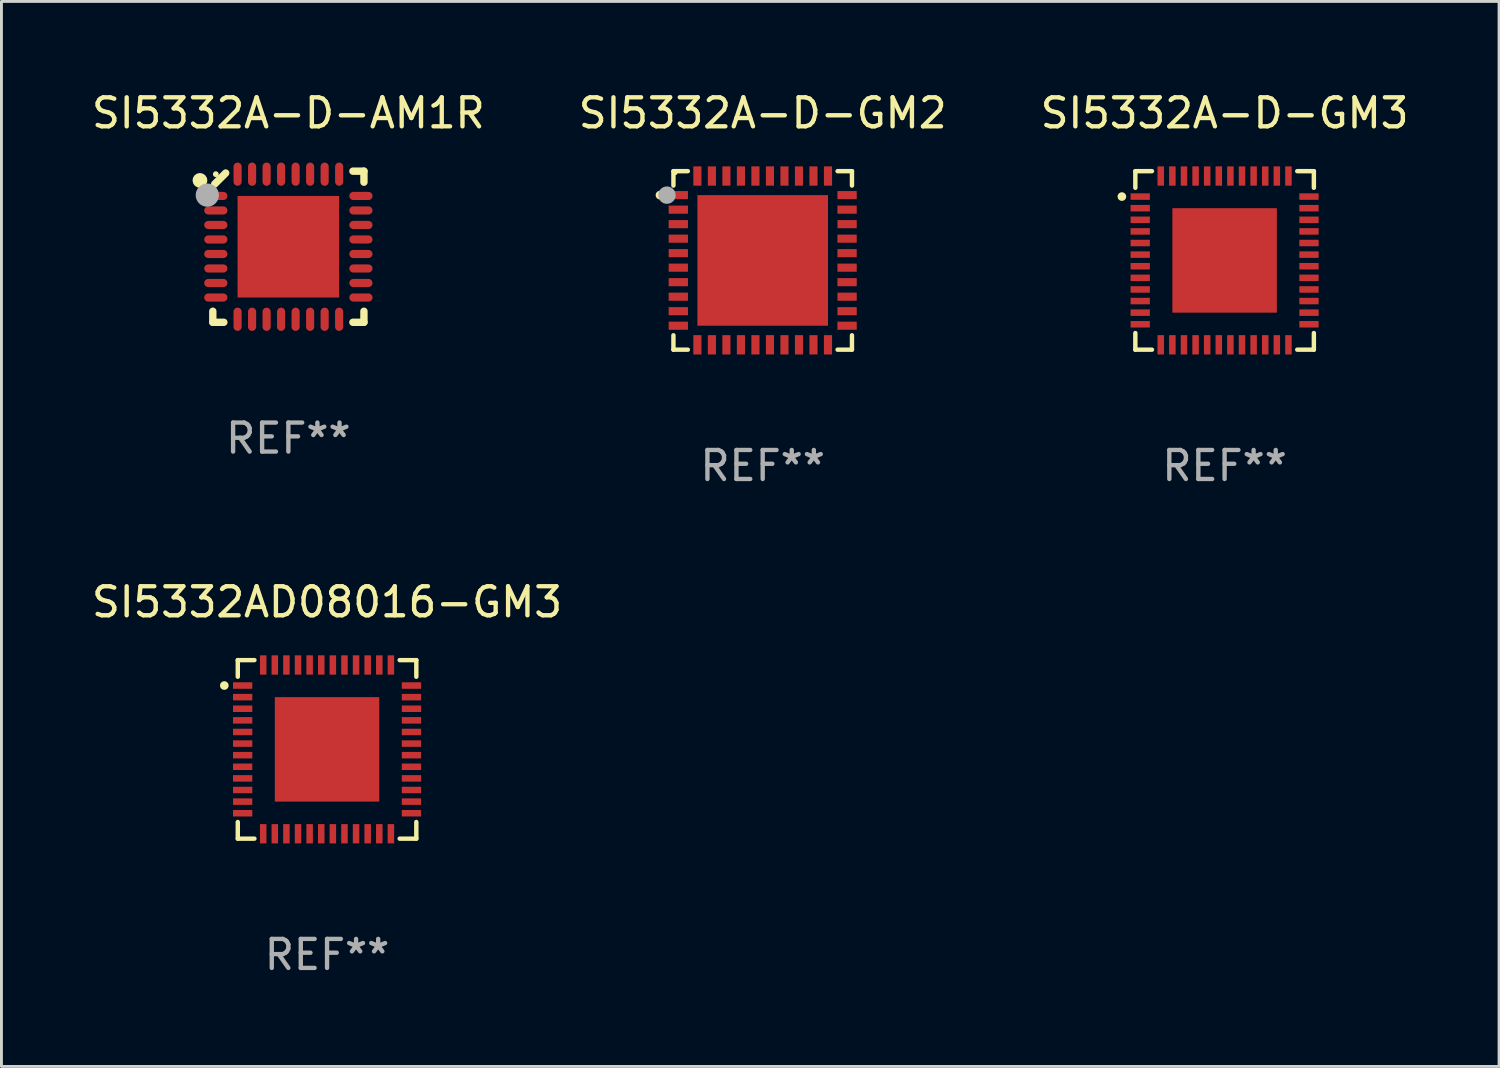
<source format=kicad_pcb>
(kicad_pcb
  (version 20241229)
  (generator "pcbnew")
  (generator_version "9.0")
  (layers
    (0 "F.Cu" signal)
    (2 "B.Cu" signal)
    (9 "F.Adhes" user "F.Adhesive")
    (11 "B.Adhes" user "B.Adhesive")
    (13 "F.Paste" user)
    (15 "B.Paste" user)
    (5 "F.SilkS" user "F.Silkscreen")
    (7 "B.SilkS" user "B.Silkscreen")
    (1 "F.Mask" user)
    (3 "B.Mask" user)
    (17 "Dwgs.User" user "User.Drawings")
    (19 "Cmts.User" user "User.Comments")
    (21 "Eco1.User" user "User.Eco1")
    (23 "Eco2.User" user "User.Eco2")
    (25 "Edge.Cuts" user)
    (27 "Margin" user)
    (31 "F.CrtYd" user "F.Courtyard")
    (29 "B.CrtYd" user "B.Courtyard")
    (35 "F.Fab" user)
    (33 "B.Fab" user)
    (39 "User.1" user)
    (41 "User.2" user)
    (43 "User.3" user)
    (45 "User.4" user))
  (footprint "SI5332A-D-GM3"
    (layer "F.Cu")
    (at 39.149 5.924)
    (property "Reference" "SI5332A-D-GM3" (at 0 -5.076 0) (layer "F.SilkS") (effects (font (size 1 1) (thickness 0.15))))
    (attr through_hole)
    (fp_line (start -3.076 -3.076) (end -3.076 -2.503) (stroke (width 0.152) (type solid)) (layer "F.SilkS"))
    (fp_line (start -3.076 3.076) (end -3.076 2.503) (stroke (width 0.152) (type solid)) (layer "F.SilkS"))
    (fp_line (start -2.503 -3.076) (end -3.076 -3.076) (stroke (width 0.152) (type solid)) (layer "F.SilkS"))
    (fp_line (start -2.503 3.076) (end -3.076 3.076) (stroke (width 0.152) (type solid)) (layer "F.SilkS"))
    (fp_line (start 2.503 -3.076) (end 3.076 -3.076) (stroke (width 0.152) (type solid)) (layer "F.SilkS"))
    (fp_line (start 2.503 3.076) (end 3.076 3.076) (stroke (width 0.152) (type solid)) (layer "F.SilkS"))
    (fp_line (start 3.076 -3.076) (end 3.076 -2.503) (stroke (width 0.152) (type solid)) (layer "F.SilkS"))
    (fp_line (start 3.076 3.076) (end 3.076 2.503) (stroke (width 0.152) (type solid)) (layer "F.SilkS"))
    (fp_circle (center -3.54 -2.2) (end -3.465 -2.2) (stroke (width 0.15) (type solid)) (fill no) (layer "F.SilkS"))
    (fp_text user "REF**" (at 0 7.076 0) (layer "F.Fab") (effects (font (size 1 1) (thickness 0.15))))
    (pad "1" smd rect (at -2.908 -2.2) (size 0.665 0.224) (layers "F.Cu" "F.Mask" "F.Paste"))
    (pad "2" smd rect (at -2.908 -1.8) (size 0.665 0.224) (layers "F.Cu" "F.Mask" "F.Paste"))
    (pad "3" smd rect (at -2.908 -1.4) (size 0.665 0.224) (layers "F.Cu" "F.Mask" "F.Paste"))
    (pad "4" smd rect (at -2.908 -1) (size 0.665 0.224) (layers "F.Cu" "F.Mask" "F.Paste"))
    (pad "5" smd rect (at -2.908 -0.6) (size 0.665 0.224) (layers "F.Cu" "F.Mask" "F.Paste"))
    (pad "6" smd rect (at -2.908 -0.2) (size 0.665 0.224) (layers "F.Cu" "F.Mask" "F.Paste"))
    (pad "7" smd rect (at -2.908 0.2) (size 0.665 0.224) (layers "F.Cu" "F.Mask" "F.Paste"))
    (pad "8" smd rect (at -2.908 0.6) (size 0.665 0.224) (layers "F.Cu" "F.Mask" "F.Paste"))
    (pad "9" smd rect (at -2.908 1) (size 0.665 0.224) (layers "F.Cu" "F.Mask" "F.Paste"))
    (pad "10" smd rect (at -2.908 1.4) (size 0.665 0.224) (layers "F.Cu" "F.Mask" "F.Paste"))
    (pad "11" smd rect (at -2.908 1.8) (size 0.665 0.224) (layers "F.Cu" "F.Mask" "F.Paste"))
    (pad "12" smd rect (at -2.908 2.2) (size 0.665 0.224) (layers "F.Cu" "F.Mask" "F.Paste"))
    (pad "13" smd rect (at -2.2 2.908) (size 0.224 0.665) (layers "F.Cu" "F.Mask" "F.Paste"))
    (pad "14" smd rect (at -1.8 2.908) (size 0.224 0.665) (layers "F.Cu" "F.Mask" "F.Paste"))
    (pad "15" smd rect (at -1.4 2.908) (size 0.224 0.665) (layers "F.Cu" "F.Mask" "F.Paste"))
    (pad "16" smd rect (at -1 2.908) (size 0.224 0.665) (layers "F.Cu" "F.Mask" "F.Paste"))
    (pad "17" smd rect (at -0.6 2.908) (size 0.224 0.665) (layers "F.Cu" "F.Mask" "F.Paste"))
    (pad "18" smd rect (at -0.2 2.908) (size 0.224 0.665) (layers "F.Cu" "F.Mask" "F.Paste"))
    (pad "19" smd rect (at 0.2 2.908) (size 0.224 0.665) (layers "F.Cu" "F.Mask" "F.Paste"))
    (pad "20" smd rect (at 0.6 2.908) (size 0.224 0.665) (layers "F.Cu" "F.Mask" "F.Paste"))
    (pad "21" smd rect (at 1 2.908) (size 0.224 0.665) (layers "F.Cu" "F.Mask" "F.Paste"))
    (pad "22" smd rect (at 1.4 2.908) (size 0.224 0.665) (layers "F.Cu" "F.Mask" "F.Paste"))
    (pad "23" smd rect (at 1.8 2.908) (size 0.224 0.665) (layers "F.Cu" "F.Mask" "F.Paste"))
    (pad "24" smd rect (at 2.2 2.908) (size 0.224 0.665) (layers "F.Cu" "F.Mask" "F.Paste"))
    (pad "25" smd rect (at 2.908 2.2) (size 0.665 0.224) (layers "F.Cu" "F.Mask" "F.Paste"))
    (pad "26" smd rect (at 2.908 1.8) (size 0.665 0.224) (layers "F.Cu" "F.Mask" "F.Paste"))
    (pad "27" smd rect (at 2.908 1.4) (size 0.665 0.224) (layers "F.Cu" "F.Mask" "F.Paste"))
    (pad "28" smd rect (at 2.908 1) (size 0.665 0.224) (layers "F.Cu" "F.Mask" "F.Paste"))
    (pad "29" smd rect (at 2.908 0.6) (size 0.665 0.224) (layers "F.Cu" "F.Mask" "F.Paste"))
    (pad "30" smd rect (at 2.908 0.2) (size 0.665 0.224) (layers "F.Cu" "F.Mask" "F.Paste"))
    (pad "31" smd rect (at 2.908 -0.2) (size 0.665 0.224) (layers "F.Cu" "F.Mask" "F.Paste"))
    (pad "32" smd rect (at 2.908 -0.6) (size 0.665 0.224) (layers "F.Cu" "F.Mask" "F.Paste"))
    (pad "33" smd rect (at 2.908 -1) (size 0.665 0.224) (layers "F.Cu" "F.Mask" "F.Paste"))
    (pad "34" smd rect (at 2.908 -1.4) (size 0.665 0.224) (layers "F.Cu" "F.Mask" "F.Paste"))
    (pad "35" smd rect (at 2.908 -1.8) (size 0.665 0.224) (layers "F.Cu" "F.Mask" "F.Paste"))
    (pad "36" smd rect (at 2.908 -2.2) (size 0.665 0.224) (layers "F.Cu" "F.Mask" "F.Paste"))
    (pad "37" smd rect (at 2.2 -2.908) (size 0.224 0.665) (layers "F.Cu" "F.Mask" "F.Paste"))
    (pad "38" smd rect (at 1.8 -2.908) (size 0.224 0.665) (layers "F.Cu" "F.Mask" "F.Paste"))
    (pad "39" smd rect (at 1.4 -2.908) (size 0.224 0.665) (layers "F.Cu" "F.Mask" "F.Paste"))
    (pad "40" smd rect (at 1 -2.908) (size 0.224 0.665) (layers "F.Cu" "F.Mask" "F.Paste"))
    (pad "41" smd rect (at 0.6 -2.908) (size 0.224 0.665) (layers "F.Cu" "F.Mask" "F.Paste"))
    (pad "42" smd rect (at 0.2 -2.908) (size 0.224 0.665) (layers "F.Cu" "F.Mask" "F.Paste"))
    (pad "43" smd rect (at -0.2 -2.908) (size 0.224 0.665) (layers "F.Cu" "F.Mask" "F.Paste"))
    (pad "44" smd rect (at -0.6 -2.908) (size 0.224 0.665) (layers "F.Cu" "F.Mask" "F.Paste"))
    (pad "45" smd rect (at -1 -2.908) (size 0.224 0.665) (layers "F.Cu" "F.Mask" "F.Paste"))
    (pad "46" smd rect (at -1.4 -2.908) (size 0.224 0.665) (layers "F.Cu" "F.Mask" "F.Paste"))
    (pad "47" smd rect (at -1.8 -2.908) (size 0.224 0.665) (layers "F.Cu" "F.Mask" "F.Paste"))
    (pad "48" smd rect (at -2.2 -2.908) (size 0.224 0.665) (layers "F.Cu" "F.Mask" "F.Paste"))
    (pad "49" smd rect (at 0 0) (size 3.6 3.6) (layers "F.Cu" "F.Mask" "F.Paste")))
  (footprint "SI5332A-D-AM1R"
    (layer "F.Cu")
    (at 6.887 5.452)
    (property "Reference" "SI5332A-D-AM1R" (at 0 -4.604 0) (layer "F.SilkS") (effects (font (size 1 1) (thickness 0.15))))
    (attr through_hole)
    (fp_line (start -2.604 2.223) (end -2.604 2.604) (stroke (width 0.254) (type solid)) (layer "F.SilkS"))
    (fp_line (start -2.604 2.604) (end -2.223 2.604) (stroke (width 0.254) (type solid)) (layer "F.SilkS"))
    (fp_line (start -2.159 -2.54) (end -2.54 -2.159) (stroke (width 0.254) (type solid)) (layer "F.SilkS"))
    (fp_line (start 2.223 2.604) (end 2.604 2.604) (stroke (width 0.254) (type solid)) (layer "F.SilkS"))
    (fp_line (start 2.604 -2.604) (end 2.223 -2.604) (stroke (width 0.254) (type solid)) (layer "F.SilkS"))
    (fp_line (start 2.604 -2.223) (end 2.604 -2.604) (stroke (width 0.254) (type solid)) (layer "F.SilkS"))
    (fp_line (start 2.604 2.604) (end 2.604 2.223) (stroke (width 0.254) (type solid)) (layer "F.SilkS"))
    (fp_circle (center -3.048 -2.286) (end -2.921 -2.286) (stroke (width 0.254) (type solid)) (fill no) (layer "F.SilkS"))
    (fp_circle (center -2.5 -2.5) (end -2.45 -2.5) (stroke (width 0.1) (type solid)) (fill no) (layer "F.SilkS"))
    (fp_circle (center -2.794 -1.778) (end -2.594 -1.778) (stroke (width 0.4) (type solid)) (fill no) (layer "F.Fab"))
    (fp_text user "REF**" (at 0 6.604 0) (layer "F.Fab") (effects (font (size 1 1) (thickness 0.15))))
    (pad "1" smd oval (at -2.5 -1.75) (size 0.8 0.28) (layers "F.Cu" "F.Mask" "F.Paste"))
    (pad "2" smd oval (at -2.5 -1.25) (size 0.8 0.28) (layers "F.Cu" "F.Mask" "F.Paste"))
    (pad "3" smd oval (at -2.5 -0.75) (size 0.8 0.28) (layers "F.Cu" "F.Mask" "F.Paste"))
    (pad "4" smd oval (at -2.5 -0.25) (size 0.8 0.28) (layers "F.Cu" "F.Mask" "F.Paste"))
    (pad "5" smd oval (at -2.5 0.25) (size 0.8 0.28) (layers "F.Cu" "F.Mask" "F.Paste"))
    (pad "6" smd oval (at -2.5 0.75) (size 0.8 0.28) (layers "F.Cu" "F.Mask" "F.Paste"))
    (pad "7" smd oval (at -2.5 1.25) (size 0.8 0.28) (layers "F.Cu" "F.Mask" "F.Paste"))
    (pad "8" smd oval (at -2.5 1.75) (size 0.8 0.28) (layers "F.Cu" "F.Mask" "F.Paste"))
    (pad "9" smd oval (at -1.75 2.5) (size 0.28 0.8) (layers "F.Cu" "F.Mask" "F.Paste"))
    (pad "10" smd oval (at -1.25 2.5) (size 0.28 0.8) (layers "F.Cu" "F.Mask" "F.Paste"))
    (pad "11" smd oval (at -0.75 2.5) (size 0.28 0.8) (layers "F.Cu" "F.Mask" "F.Paste"))
    (pad "12" smd oval (at -0.25 2.5) (size 0.28 0.8) (layers "F.Cu" "F.Mask" "F.Paste"))
    (pad "13" smd oval (at 0.25 2.5) (size 0.28 0.8) (layers "F.Cu" "F.Mask" "F.Paste"))
    (pad "14" smd oval (at 0.75 2.5) (size 0.28 0.8) (layers "F.Cu" "F.Mask" "F.Paste"))
    (pad "15" smd oval (at 1.25 2.5) (size 0.28 0.8) (layers "F.Cu" "F.Mask" "F.Paste"))
    (pad "16" smd oval (at 1.75 2.5) (size 0.28 0.8) (layers "F.Cu" "F.Mask" "F.Paste"))
    (pad "17" smd oval (at 2.5 1.75) (size 0.8 0.28) (layers "F.Cu" "F.Mask" "F.Paste"))
    (pad "18" smd oval (at 2.5 1.25) (size 0.8 0.28) (layers "F.Cu" "F.Mask" "F.Paste"))
    (pad "19" smd oval (at 2.5 0.75) (size 0.8 0.28) (layers "F.Cu" "F.Mask" "F.Paste"))
    (pad "20" smd oval (at 2.5 0.25) (size 0.8 0.28) (layers "F.Cu" "F.Mask" "F.Paste"))
    (pad "21" smd oval (at 2.5 -0.25) (size 0.8 0.28) (layers "F.Cu" "F.Mask" "F.Paste"))
    (pad "22" smd oval (at 2.5 -0.75) (size 0.8 0.28) (layers "F.Cu" "F.Mask" "F.Paste"))
    (pad "23" smd oval (at 2.5 -1.25) (size 0.8 0.28) (layers "F.Cu" "F.Mask" "F.Paste"))
    (pad "24" smd oval (at 2.5 -1.75) (size 0.8 0.28) (layers "F.Cu" "F.Mask" "F.Paste"))
    (pad "25" smd oval (at 1.75 -2.5) (size 0.28 0.8) (layers "F.Cu" "F.Mask" "F.Paste"))
    (pad "26" smd oval (at 1.25 -2.5) (size 0.28 0.8) (layers "F.Cu" "F.Mask" "F.Paste"))
    (pad "27" smd oval (at 0.75 -2.5) (size 0.28 0.8) (layers "F.Cu" "F.Mask" "F.Paste"))
    (pad "28" smd oval (at 0.25 -2.5) (size 0.28 0.8) (layers "F.Cu" "F.Mask" "F.Paste"))
    (pad "29" smd oval (at -0.25 -2.5) (size 0.28 0.8) (layers "F.Cu" "F.Mask" "F.Paste"))
    (pad "30" smd oval (at -0.75 -2.5) (size 0.28 0.8) (layers "F.Cu" "F.Mask" "F.Paste"))
    (pad "31" smd oval (at -1.25 -2.5) (size 0.28 0.8) (layers "F.Cu" "F.Mask" "F.Paste"))
    (pad "32" smd oval (at -1.75 -2.5) (size 0.28 0.8) (layers "F.Cu" "F.Mask" "F.Paste"))
    (pad "33" smd rect (at 0.000076 0.000076) (size 3.5 3.5) (layers "F.Cu" "F.Mask" "F.Paste")))
  (footprint "SI5332AD08016-GM3"
    (layer "F.Cu")
    (at 8.22 22.773)
    (property "Reference" "SI5332AD08016-GM3" (at 0 -5.076 0) (layer "F.SilkS") (effects (font (size 1 1) (thickness 0.15))))
    (attr through_hole)
    (fp_line (start -3.076 -3.076) (end -3.076 -2.503) (stroke (width 0.152) (type solid)) (layer "F.SilkS"))
    (fp_line (start -3.076 3.076) (end -3.076 2.503) (stroke (width 0.152) (type solid)) (layer "F.SilkS"))
    (fp_line (start -2.503 -3.076) (end -3.076 -3.076) (stroke (width 0.152) (type solid)) (layer "F.SilkS"))
    (fp_line (start -2.503 3.076) (end -3.076 3.076) (stroke (width 0.152) (type solid)) (layer "F.SilkS"))
    (fp_line (start 2.503 -3.076) (end 3.076 -3.076) (stroke (width 0.152) (type solid)) (layer "F.SilkS"))
    (fp_line (start 2.503 3.076) (end 3.076 3.076) (stroke (width 0.152) (type solid)) (layer "F.SilkS"))
    (fp_line (start 3.076 -3.076) (end 3.076 -2.503) (stroke (width 0.152) (type solid)) (layer "F.SilkS"))
    (fp_line (start 3.076 3.076) (end 3.076 2.503) (stroke (width 0.152) (type solid)) (layer "F.SilkS"))
    (fp_circle (center -3.54 -2.2) (end -3.465 -2.2) (stroke (width 0.15) (type solid)) (fill no) (layer "F.SilkS"))
    (fp_text user "REF**" (at 0 7.076 0) (layer "F.Fab") (effects (font (size 1 1) (thickness 0.15))))
    (pad "1" smd rect (at -2.908 -2.2) (size 0.665 0.224) (layers "F.Cu" "F.Mask" "F.Paste"))
    (pad "2" smd rect (at -2.908 -1.8) (size 0.665 0.224) (layers "F.Cu" "F.Mask" "F.Paste"))
    (pad "3" smd rect (at -2.908 -1.4) (size 0.665 0.224) (layers "F.Cu" "F.Mask" "F.Paste"))
    (pad "4" smd rect (at -2.908 -1) (size 0.665 0.224) (layers "F.Cu" "F.Mask" "F.Paste"))
    (pad "5" smd rect (at -2.908 -0.6) (size 0.665 0.224) (layers "F.Cu" "F.Mask" "F.Paste"))
    (pad "6" smd rect (at -2.908 -0.2) (size 0.665 0.224) (layers "F.Cu" "F.Mask" "F.Paste"))
    (pad "7" smd rect (at -2.908 0.2) (size 0.665 0.224) (layers "F.Cu" "F.Mask" "F.Paste"))
    (pad "8" smd rect (at -2.908 0.6) (size 0.665 0.224) (layers "F.Cu" "F.Mask" "F.Paste"))
    (pad "9" smd rect (at -2.908 1) (size 0.665 0.224) (layers "F.Cu" "F.Mask" "F.Paste"))
    (pad "10" smd rect (at -2.908 1.4) (size 0.665 0.224) (layers "F.Cu" "F.Mask" "F.Paste"))
    (pad "11" smd rect (at -2.908 1.8) (size 0.665 0.224) (layers "F.Cu" "F.Mask" "F.Paste"))
    (pad "12" smd rect (at -2.908 2.2) (size 0.665 0.224) (layers "F.Cu" "F.Mask" "F.Paste"))
    (pad "13" smd rect (at -2.2 2.908) (size 0.224 0.665) (layers "F.Cu" "F.Mask" "F.Paste"))
    (pad "14" smd rect (at -1.8 2.908) (size 0.224 0.665) (layers "F.Cu" "F.Mask" "F.Paste"))
    (pad "15" smd rect (at -1.4 2.908) (size 0.224 0.665) (layers "F.Cu" "F.Mask" "F.Paste"))
    (pad "16" smd rect (at -1 2.908) (size 0.224 0.665) (layers "F.Cu" "F.Mask" "F.Paste"))
    (pad "17" smd rect (at -0.6 2.908) (size 0.224 0.665) (layers "F.Cu" "F.Mask" "F.Paste"))
    (pad "18" smd rect (at -0.2 2.908) (size 0.224 0.665) (layers "F.Cu" "F.Mask" "F.Paste"))
    (pad "19" smd rect (at 0.2 2.908) (size 0.224 0.665) (layers "F.Cu" "F.Mask" "F.Paste"))
    (pad "20" smd rect (at 0.6 2.908) (size 0.224 0.665) (layers "F.Cu" "F.Mask" "F.Paste"))
    (pad "21" smd rect (at 1 2.908) (size 0.224 0.665) (layers "F.Cu" "F.Mask" "F.Paste"))
    (pad "22" smd rect (at 1.4 2.908) (size 0.224 0.665) (layers "F.Cu" "F.Mask" "F.Paste"))
    (pad "23" smd rect (at 1.8 2.908) (size 0.224 0.665) (layers "F.Cu" "F.Mask" "F.Paste"))
    (pad "24" smd rect (at 2.2 2.908) (size 0.224 0.665) (layers "F.Cu" "F.Mask" "F.Paste"))
    (pad "25" smd rect (at 2.908 2.2) (size 0.665 0.224) (layers "F.Cu" "F.Mask" "F.Paste"))
    (pad "26" smd rect (at 2.908 1.8) (size 0.665 0.224) (layers "F.Cu" "F.Mask" "F.Paste"))
    (pad "27" smd rect (at 2.908 1.4) (size 0.665 0.224) (layers "F.Cu" "F.Mask" "F.Paste"))
    (pad "28" smd rect (at 2.908 1) (size 0.665 0.224) (layers "F.Cu" "F.Mask" "F.Paste"))
    (pad "29" smd rect (at 2.908 0.6) (size 0.665 0.224) (layers "F.Cu" "F.Mask" "F.Paste"))
    (pad "30" smd rect (at 2.908 0.2) (size 0.665 0.224) (layers "F.Cu" "F.Mask" "F.Paste"))
    (pad "31" smd rect (at 2.908 -0.2) (size 0.665 0.224) (layers "F.Cu" "F.Mask" "F.Paste"))
    (pad "32" smd rect (at 2.908 -0.6) (size 0.665 0.224) (layers "F.Cu" "F.Mask" "F.Paste"))
    (pad "33" smd rect (at 2.908 -1) (size 0.665 0.224) (layers "F.Cu" "F.Mask" "F.Paste"))
    (pad "34" smd rect (at 2.908 -1.4) (size 0.665 0.224) (layers "F.Cu" "F.Mask" "F.Paste"))
    (pad "35" smd rect (at 2.908 -1.8) (size 0.665 0.224) (layers "F.Cu" "F.Mask" "F.Paste"))
    (pad "36" smd rect (at 2.908 -2.2) (size 0.665 0.224) (layers "F.Cu" "F.Mask" "F.Paste"))
    (pad "37" smd rect (at 2.2 -2.908) (size 0.224 0.665) (layers "F.Cu" "F.Mask" "F.Paste"))
    (pad "38" smd rect (at 1.8 -2.908) (size 0.224 0.665) (layers "F.Cu" "F.Mask" "F.Paste"))
    (pad "39" smd rect (at 1.4 -2.908) (size 0.224 0.665) (layers "F.Cu" "F.Mask" "F.Paste"))
    (pad "40" smd rect (at 1 -2.908) (size 0.224 0.665) (layers "F.Cu" "F.Mask" "F.Paste"))
    (pad "41" smd rect (at 0.6 -2.908) (size 0.224 0.665) (layers "F.Cu" "F.Mask" "F.Paste"))
    (pad "42" smd rect (at 0.2 -2.908) (size 0.224 0.665) (layers "F.Cu" "F.Mask" "F.Paste"))
    (pad "43" smd rect (at -0.2 -2.908) (size 0.224 0.665) (layers "F.Cu" "F.Mask" "F.Paste"))
    (pad "44" smd rect (at -0.6 -2.908) (size 0.224 0.665) (layers "F.Cu" "F.Mask" "F.Paste"))
    (pad "45" smd rect (at -1 -2.908) (size 0.224 0.665) (layers "F.Cu" "F.Mask" "F.Paste"))
    (pad "46" smd rect (at -1.4 -2.908) (size 0.224 0.665) (layers "F.Cu" "F.Mask" "F.Paste"))
    (pad "47" smd rect (at -1.8 -2.908) (size 0.224 0.665) (layers "F.Cu" "F.Mask" "F.Paste"))
    (pad "48" smd rect (at -2.2 -2.908) (size 0.224 0.665) (layers "F.Cu" "F.Mask" "F.Paste"))
    (pad "49" smd rect (at 0 0) (size 3.6 3.6) (layers "F.Cu" "F.Mask" "F.Paste")))
  (footprint "SI5332A-D-GM2"
    (layer "F.Cu")
    (at 23.232 5.924)
    (property "Reference" "SI5332A-D-GM2" (at 0 -5.076 0) (layer "F.SilkS") (effects (font (size 1 1) (thickness 0.15))))
    (attr through_hole)
    (fp_line (start -3.076 -3.076) (end -3.076 -2.58) (stroke (width 0.152) (type solid)) (layer "F.SilkS"))
    (fp_line (start -3.076 3.076) (end -3.076 2.58) (stroke (width 0.152) (type solid)) (layer "F.SilkS"))
    (fp_line (start -2.58 -3.076) (end -3.076 -3.076) (stroke (width 0.152) (type solid)) (layer "F.SilkS"))
    (fp_line (start -2.58 3.076) (end -3.076 3.076) (stroke (width 0.152) (type solid)) (layer "F.SilkS"))
    (fp_line (start 2.58 -3.076) (end 3.076 -3.076) (stroke (width 0.152) (type solid)) (layer "F.SilkS"))
    (fp_line (start 2.58 3.076) (end 3.076 3.076) (stroke (width 0.152) (type solid)) (layer "F.SilkS"))
    (fp_line (start 3.076 -3.076) (end 3.076 -2.58) (stroke (width 0.152) (type solid)) (layer "F.SilkS"))
    (fp_line (start 3.076 3.076) (end 3.076 2.58) (stroke (width 0.152) (type solid)) (layer "F.SilkS"))
    (fp_circle (center -3.54 -2.25) (end -3.465 -2.25) (stroke (width 0.15) (type solid)) (fill no) (layer "F.SilkS"))
    (fp_circle (center -3 -3) (end -2.97 -3) (stroke (width 0.06) (type solid)) (fill no) (layer "F.SilkS"))
    (fp_circle (center -3.3 -2.25) (end -3.15 -2.25) (stroke (width 0.3) (type solid)) (fill no) (layer "F.Fab"))
    (fp_text user "REF**" (at 0 7.076 0) (layer "F.Fab") (effects (font (size 1 1) (thickness 0.15))))
    (pad "1" smd rect (at -2.908 -2.25) (size 0.665 0.28) (layers "F.Cu" "F.Mask" "F.Paste"))
    (pad "2" smd rect (at -2.908 -1.75) (size 0.665 0.28) (layers "F.Cu" "F.Mask" "F.Paste"))
    (pad "3" smd rect (at -2.908 -1.25) (size 0.665 0.28) (layers "F.Cu" "F.Mask" "F.Paste"))
    (pad "4" smd rect (at -2.908 -0.75) (size 0.665 0.28) (layers "F.Cu" "F.Mask" "F.Paste"))
    (pad "5" smd rect (at -2.908 -0.25) (size 0.665 0.28) (layers "F.Cu" "F.Mask" "F.Paste"))
    (pad "6" smd rect (at -2.908 0.25) (size 0.665 0.28) (layers "F.Cu" "F.Mask" "F.Paste"))
    (pad "7" smd rect (at -2.908 0.75) (size 0.665 0.28) (layers "F.Cu" "F.Mask" "F.Paste"))
    (pad "8" smd rect (at -2.908 1.25) (size 0.665 0.28) (layers "F.Cu" "F.Mask" "F.Paste"))
    (pad "9" smd rect (at -2.908 1.75) (size 0.665 0.28) (layers "F.Cu" "F.Mask" "F.Paste"))
    (pad "10" smd rect (at -2.908 2.25) (size 0.665 0.28) (layers "F.Cu" "F.Mask" "F.Paste"))
    (pad "11" smd rect (at -2.25 2.908) (size 0.28 0.665) (layers "F.Cu" "F.Mask" "F.Paste"))
    (pad "12" smd rect (at -1.75 2.908) (size 0.28 0.665) (layers "F.Cu" "F.Mask" "F.Paste"))
    (pad "13" smd rect (at -1.25 2.908) (size 0.28 0.665) (layers "F.Cu" "F.Mask" "F.Paste"))
    (pad "14" smd rect (at -0.75 2.908) (size 0.28 0.665) (layers "F.Cu" "F.Mask" "F.Paste"))
    (pad "15" smd rect (at -0.25 2.908) (size 0.28 0.665) (layers "F.Cu" "F.Mask" "F.Paste"))
    (pad "16" smd rect (at 0.25 2.908) (size 0.28 0.665) (layers "F.Cu" "F.Mask" "F.Paste"))
    (pad "17" smd rect (at 0.75 2.908) (size 0.28 0.665) (layers "F.Cu" "F.Mask" "F.Paste"))
    (pad "18" smd rect (at 1.25 2.908) (size 0.28 0.665) (layers "F.Cu" "F.Mask" "F.Paste"))
    (pad "19" smd rect (at 1.75 2.908) (size 0.28 0.665) (layers "F.Cu" "F.Mask" "F.Paste"))
    (pad "20" smd rect (at 2.25 2.908) (size 0.28 0.665) (layers "F.Cu" "F.Mask" "F.Paste"))
    (pad "21" smd rect (at 2.908 2.25) (size 0.665 0.28) (layers "F.Cu" "F.Mask" "F.Paste"))
    (pad "22" smd rect (at 2.908 1.75) (size 0.665 0.28) (layers "F.Cu" "F.Mask" "F.Paste"))
    (pad "23" smd rect (at 2.908 1.25) (size 0.665 0.28) (layers "F.Cu" "F.Mask" "F.Paste"))
    (pad "24" smd rect (at 2.908 0.75) (size 0.665 0.28) (layers "F.Cu" "F.Mask" "F.Paste"))
    (pad "25" smd rect (at 2.908 0.25) (size 0.665 0.28) (layers "F.Cu" "F.Mask" "F.Paste"))
    (pad "26" smd rect (at 2.908 -0.25) (size 0.665 0.28) (layers "F.Cu" "F.Mask" "F.Paste"))
    (pad "27" smd rect (at 2.908 -0.75) (size 0.665 0.28) (layers "F.Cu" "F.Mask" "F.Paste"))
    (pad "28" smd rect (at 2.908 -1.25) (size 0.665 0.28) (layers "F.Cu" "F.Mask" "F.Paste"))
    (pad "29" smd rect (at 2.908 -1.75) (size 0.665 0.28) (layers "F.Cu" "F.Mask" "F.Paste"))
    (pad "30" smd rect (at 2.908 -2.25) (size 0.665 0.28) (layers "F.Cu" "F.Mask" "F.Paste"))
    (pad "31" smd rect (at 2.25 -2.908) (size 0.28 0.665) (layers "F.Cu" "F.Mask" "F.Paste"))
    (pad "32" smd rect (at 1.75 -2.908) (size 0.28 0.665) (layers "F.Cu" "F.Mask" "F.Paste"))
    (pad "33" smd rect (at 1.25 -2.908) (size 0.28 0.665) (layers "F.Cu" "F.Mask" "F.Paste"))
    (pad "34" smd rect (at 0.75 -2.908) (size 0.28 0.665) (layers "F.Cu" "F.Mask" "F.Paste"))
    (pad "35" smd rect (at 0.25 -2.908) (size 0.28 0.665) (layers "F.Cu" "F.Mask" "F.Paste"))
    (pad "36" smd rect (at -0.25 -2.908) (size 0.28 0.665) (layers "F.Cu" "F.Mask" "F.Paste"))
    (pad "37" smd rect (at -0.75 -2.908) (size 0.28 0.665) (layers "F.Cu" "F.Mask" "F.Paste"))
    (pad "38" smd rect (at -1.25 -2.908) (size 0.28 0.665) (layers "F.Cu" "F.Mask" "F.Paste"))
    (pad "39" smd rect (at -1.75 -2.908) (size 0.28 0.665) (layers "F.Cu" "F.Mask" "F.Paste"))
    (pad "40" smd rect (at -2.25 -2.908) (size 0.28 0.665) (layers "F.Cu" "F.Mask" "F.Paste"))
    (pad "41" smd rect (at 0 0) (size 4.5 4.5) (layers "F.Cu" "F.Mask" "F.Paste")))
  (gr_rect
    (start -3 -3)
    (end 48.607 33.698)
    (stroke (width 0.1) (type default))
    (fill no)
    (layer "Edge.Cuts")))
</source>
